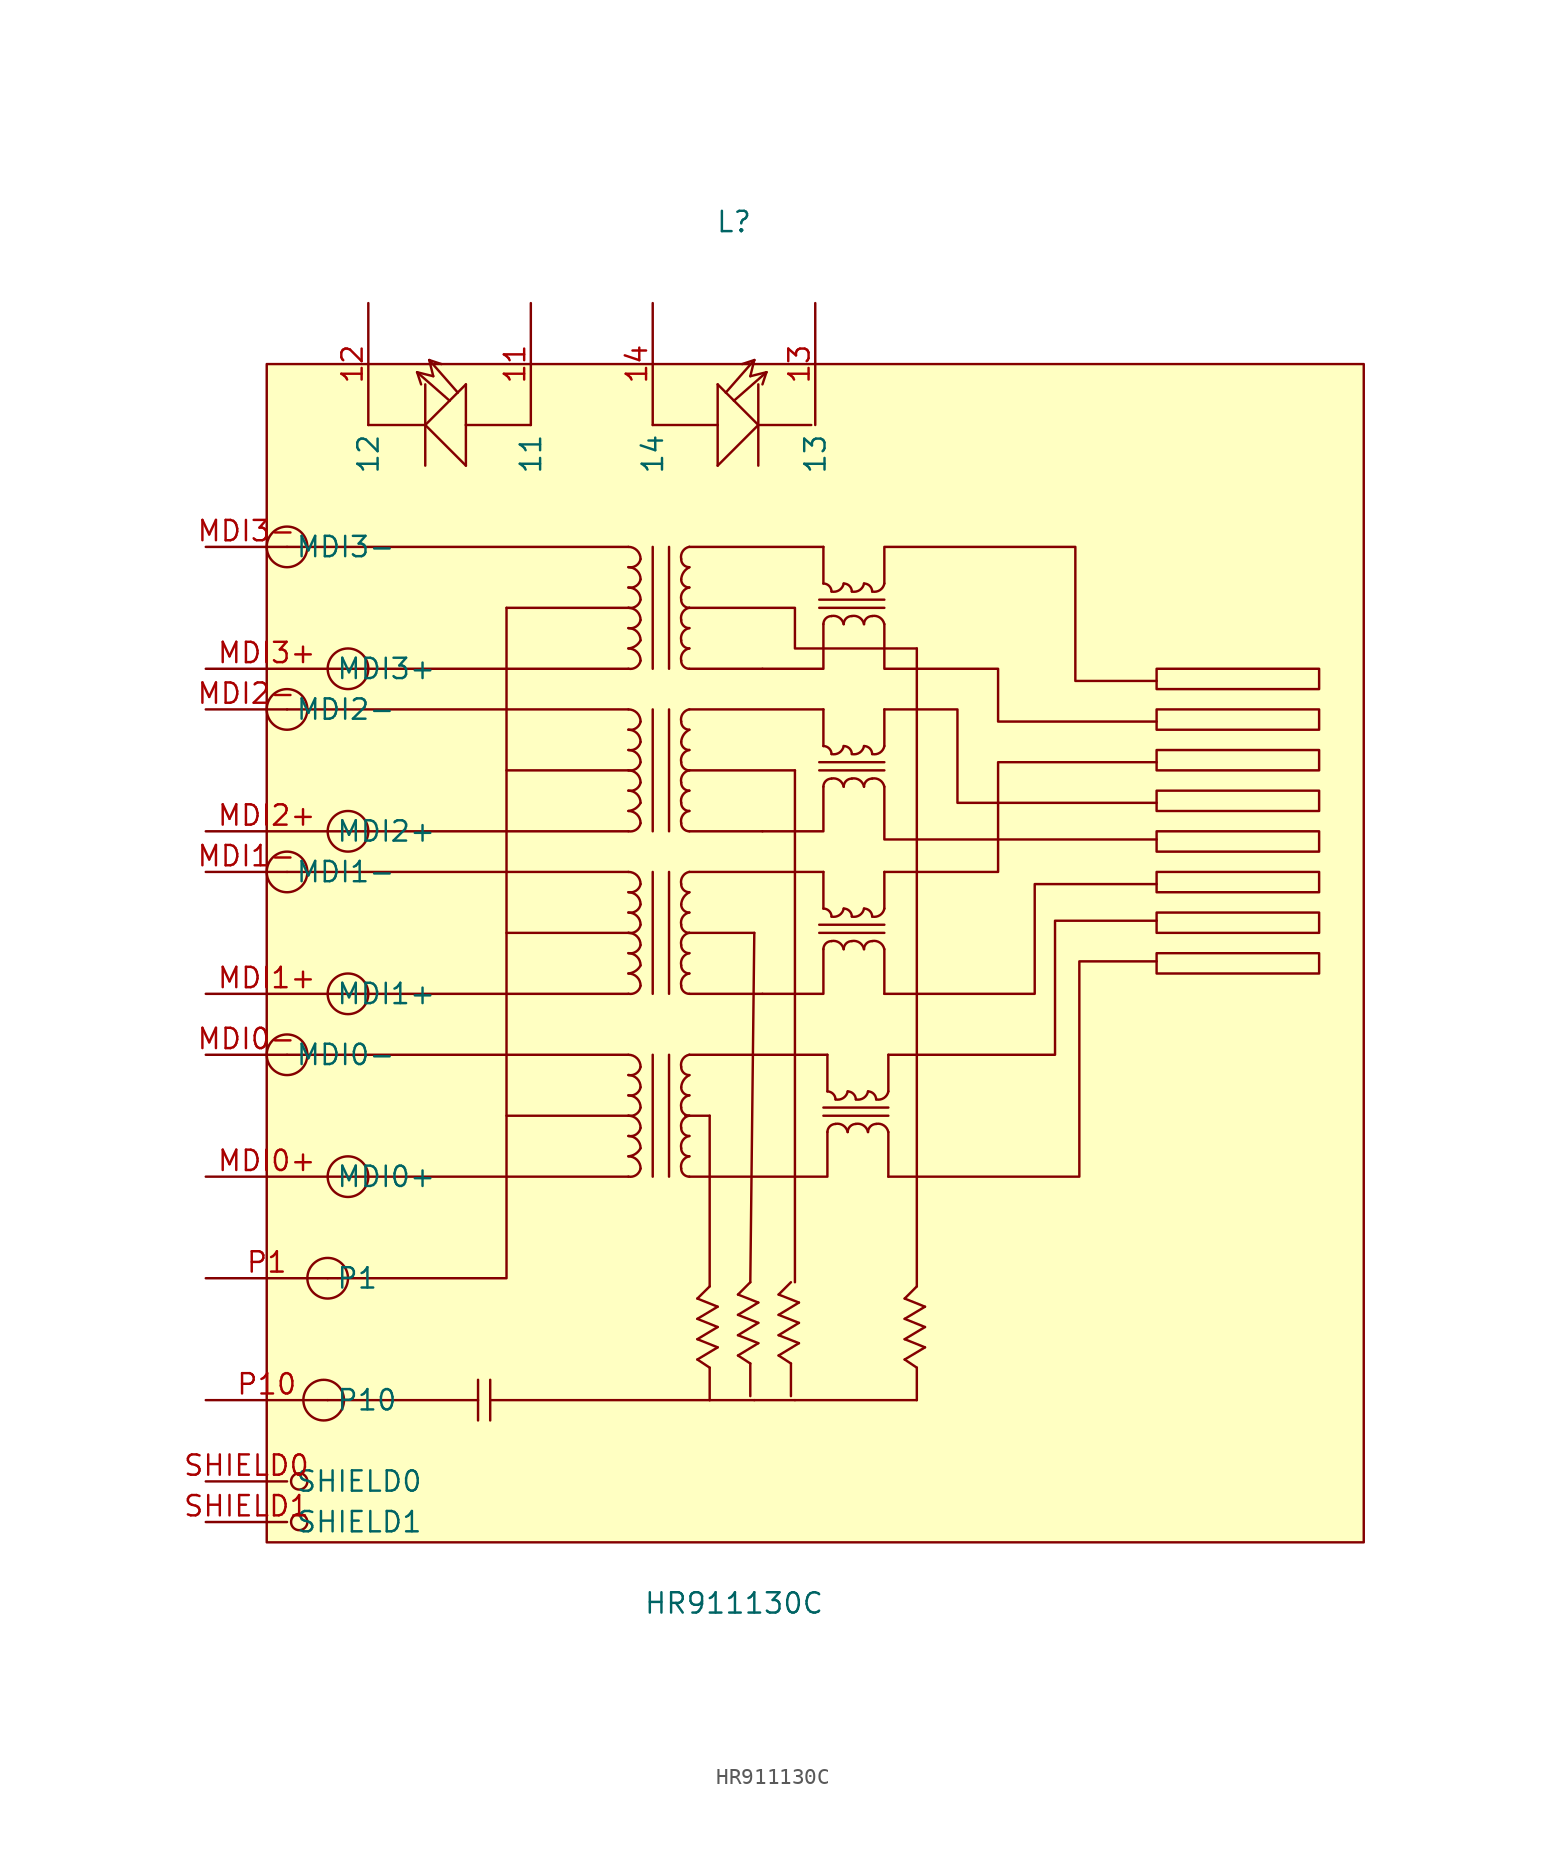
<source format=kicad_sym>
(kicad_symbol_lib
  (version 20211014)
  (generator https://github.com/uPesy/easyeda2kicad.py)
  (symbol "HR911130C"
    (property "Reference" "L"
      (at 0 43.18 0)
      (effects (font (size 1.27 1.27))))
    (property "Value" "HR911130C"
      (at 0 -43.18 0)
      (effects (font (size 1.27 1.27))))
    (symbol "HR911130C_0_1"
      (rectangle (start 26.42 15.24) (end 36.58 13.97) (stroke (width 0) (type default) (color 0 0 0 0)) (fill (type background)))
      (rectangle (start 26.42 12.70) (end 36.58 11.43) (stroke (width 0) (type default) (color 0 0 0 0)) (fill (type background)))
      (rectangle (start 26.42 10.16) (end 36.58 8.89) (stroke (width 0) (type default) (color 0 0 0 0)) (fill (type background)))
      (rectangle (start 26.42 7.62) (end 36.58 6.35) (stroke (width 0) (type default) (color 0 0 0 0)) (fill (type background)))
      (rectangle (start 26.42 5.08) (end 36.58 3.81) (stroke (width 0) (type default) (color 0 0 0 0)) (fill (type background)))
      (rectangle (start 26.42 2.54) (end 36.58 1.27) (stroke (width 0) (type default) (color 0 0 0 0)) (fill (type background)))
      (rectangle (start 26.42 -0.00) (end 36.58 -1.27) (stroke (width 0) (type default) (color 0 0 0 0)) (fill (type background)))
      (rectangle (start 26.42 -2.54) (end 36.58 -3.81) (stroke (width 0) (type default) (color 0 0 0 0)) (fill (type background)))
      (rectangle (start -29.21 34.29) (end 39.37 -39.37) (stroke (width 0) (type default) (color 0 0 0 0)) (fill (type background)))
      (circle (center -24.13 -5.08) (radius 1.27) (stroke (width 0) (type default) (color 0 0 0 0)) (fill (type none)))
      (circle (center -24.13 5.08) (radius 1.27) (stroke (width 0) (type default) (color 0 0 0 0)) (fill (type none)))
      (circle (center -24.13 15.24) (radius 1.27) (stroke (width 0) (type default) (color 0 0 0 0)) (fill (type none)))
      (circle (center -24.13 -16.51) (radius 1.27) (stroke (width 0) (type default) (color 0 0 0 0)) (fill (type none)))
      (circle (center -27.94 22.86) (radius 1.27) (stroke (width 0) (type default) (color 0 0 0 0)) (fill (type none)))
      (circle (center -27.94 12.70) (radius 1.27) (stroke (width 0) (type default) (color 0 0 0 0)) (fill (type none)))
      (circle (center -27.94 2.54) (radius 1.27) (stroke (width 0) (type default) (color 0 0 0 0)) (fill (type none)))
      (circle (center -27.94 -8.89) (radius 1.27) (stroke (width 0) (type default) (color 0 0 0 0)) (fill (type none)))
      (circle (center -27.18 -35.56) (radius 0.51) (stroke (width 0) (type default) (color 0 0 0 0)) (fill (type none)))
      (circle (center -27.18 -38.10) (radius 0.51) (stroke (width 0) (type default) (color 0 0 0 0)) (fill (type none)))
      (circle (center -25.40 -22.86) (radius 1.27) (stroke (width 0) (type default) (color 0 0 0 0)) (fill (type none)))
      (circle (center -25.65 -30.48) (radius 1.27) (stroke (width 0) (type default) (color 0 0 0 0)) (fill (type none)))
      (arc (start 8.13 20.57) (mid 7.84 20.15) (end 7.37 20.07) (stroke (width 0) (type default) (color 0 0 0 0)) (fill (type none)))
      (arc (start 7.37 20.07) (mid 7.63 20.14) (end 6.86 20.57) (stroke (width 0) (type default) (color 0 0 0 0)) (fill (type none)))
      (arc (start 6.86 20.57) (mid 6.57 20.15) (end 6.10 20.07) (stroke (width 0) (type default) (color 0 0 0 0)) (fill (type none)))
      (arc (start 6.10 20.07) (mid 6.36 20.14) (end 5.59 20.57) (stroke (width 0) (type default) (color 0 0 0 0)) (fill (type none)))
      (arc (start -2.79 22.86) (mid -2.32 22.77) (end -3.30 22.10) (stroke (width 0) (type default) (color 0 0 0 0)) (fill (type none)))
      (arc (start -3.30 22.10) (mid -2.53 22.53) (end -2.79 21.59) (stroke (width 0) (type default) (color 0 0 0 0)) (fill (type none)))
      (arc (start -2.79 21.59) (mid -2.24 19.87) (end -3.30 20.83) (stroke (width 0) (type default) (color 0 0 0 0)) (fill (type none)))
      (arc (start -3.30 20.83) (mid -2.53 21.26) (end -2.79 20.32) (stroke (width 0) (type default) (color 0 0 0 0)) (fill (type none)))
      (arc (start -2.79 20.32) (mid -2.32 20.23) (end -3.30 19.56) (stroke (width 0) (type default) (color 0 0 0 0)) (fill (type none)))
      (arc (start -3.30 19.56) (mid -2.53 19.99) (end -2.79 19.05) (stroke (width 0) (type default) (color 0 0 0 0)) (fill (type none)))
      (arc (start -2.79 19.05) (mid -2.32 18.96) (end -3.30 18.29) (stroke (width 0) (type default) (color 0 0 0 0)) (fill (type none)))
      (arc (start -3.30 18.29) (mid -2.53 18.72) (end -2.79 17.78) (stroke (width 0) (type default) (color 0 0 0 0)) (fill (type none)))
      (arc (start -2.79 17.78) (mid -2.32 17.69) (end -3.30 17.02) (stroke (width 0) (type default) (color 0 0 0 0)) (fill (type none)))
      (arc (start -3.30 17.02) (mid -2.53 17.45) (end -2.79 16.51) (stroke (width 0) (type default) (color 0 0 0 0)) (fill (type none)))
      (arc (start -2.79 16.51) (mid -2.32 16.42) (end -3.30 15.75) (stroke (width 0) (type default) (color 0 0 0 0)) (fill (type none)))
      (arc (start -3.30 15.75) (mid -2.53 16.18) (end -2.79 15.24) (stroke (width 0) (type default) (color 0 0 0 0)) (fill (type none)))
      (arc (start -6.60 15.24) (mid -6.13 16.42) (end -5.84 15.75) (stroke (width 0) (type default) (color 0 0 0 0)) (fill (type none)))
      (arc (start -5.84 15.75) (mid -6.20 16.40) (end -6.60 16.51) (stroke (width 0) (type default) (color 0 0 0 0)) (fill (type none)))
      (arc (start -6.60 16.51) (mid -6.52 16.52) (end -5.84 17.02) (stroke (width 0) (type default) (color 0 0 0 0)) (fill (type none)))
      (arc (start -5.84 17.02) (mid -6.20 17.67) (end -6.60 17.78) (stroke (width 0) (type default) (color 0 0 0 0)) (fill (type none)))
      (arc (start -6.60 17.78) (mid -6.13 18.96) (end -5.84 18.29) (stroke (width 0) (type default) (color 0 0 0 0)) (fill (type none)))
      (arc (start -5.84 18.29) (mid -6.20 18.94) (end -6.60 19.05) (stroke (width 0) (type default) (color 0 0 0 0)) (fill (type none)))
      (arc (start -6.60 19.05) (mid -6.13 20.23) (end -5.84 19.56) (stroke (width 0) (type default) (color 0 0 0 0)) (fill (type none)))
      (arc (start -5.84 19.56) (mid -6.20 20.21) (end -6.60 20.32) (stroke (width 0) (type default) (color 0 0 0 0)) (fill (type none)))
      (arc (start -6.60 20.32) (mid -6.13 21.50) (end -5.84 20.83) (stroke (width 0) (type default) (color 0 0 0 0)) (fill (type none)))
      (arc (start -5.84 20.83) (mid -6.20 21.48) (end -6.60 21.59) (stroke (width 0) (type default) (color 0 0 0 0)) (fill (type none)))
      (arc (start -6.60 21.59) (mid -6.13 22.77) (end -5.84 22.10) (stroke (width 0) (type default) (color 0 0 0 0)) (fill (type none)))
      (arc (start -5.84 22.10) (mid -6.20 22.75) (end -6.60 22.86) (stroke (width 0) (type default) (color 0 0 0 0)) (fill (type none)))
      (arc (start 9.40 20.57) (mid 9.11 20.15) (end 8.64 20.07) (stroke (width 0) (type default) (color 0 0 0 0)) (fill (type none)))
      (arc (start 8.64 20.07) (mid 8.90 20.14) (end 8.13 20.57) (stroke (width 0) (type default) (color 0 0 0 0)) (fill (type none)))
      (arc (start 8.13 18.03) (mid 7.84 18.45) (end 7.37 18.54) (stroke (width 0) (type default) (color 0 0 0 0)) (fill (type none)))
      (arc (start 7.37 18.54) (mid 7.63 18.47) (end 6.86 18.03) (stroke (width 0) (type default) (color 0 0 0 0)) (fill (type none)))
      (arc (start 6.86 18.03) (mid 6.57 18.45) (end 6.10 18.54) (stroke (width 0) (type default) (color 0 0 0 0)) (fill (type none)))
      (arc (start 6.10 18.54) (mid 6.36 18.47) (end 5.59 18.03) (stroke (width 0) (type default) (color 0 0 0 0)) (fill (type none)))
      (arc (start 9.40 18.03) (mid 9.11 18.45) (end 8.64 18.54) (stroke (width 0) (type default) (color 0 0 0 0)) (fill (type none)))
      (arc (start 8.64 18.54) (mid 8.90 18.47) (end 8.13 18.03) (stroke (width 0) (type default) (color 0 0 0 0)) (fill (type none)))
      (arc (start 8.13 10.41) (mid 7.84 9.99) (end 7.37 9.91) (stroke (width 0) (type default) (color 0 0 0 0)) (fill (type none)))
      (arc (start 7.37 9.91) (mid 7.63 9.98) (end 6.86 10.41) (stroke (width 0) (type default) (color 0 0 0 0)) (fill (type none)))
      (arc (start 6.86 10.41) (mid 6.57 9.99) (end 6.10 9.91) (stroke (width 0) (type default) (color 0 0 0 0)) (fill (type none)))
      (arc (start 6.10 9.91) (mid 6.36 9.98) (end 5.59 10.41) (stroke (width 0) (type default) (color 0 0 0 0)) (fill (type none)))
      (arc (start -2.79 12.70) (mid -2.32 12.61) (end -3.30 11.94) (stroke (width 0) (type default) (color 0 0 0 0)) (fill (type none)))
      (arc (start -3.30 11.94) (mid -2.53 12.37) (end -2.79 11.43) (stroke (width 0) (type default) (color 0 0 0 0)) (fill (type none)))
      (arc (start -2.79 11.43) (mid -2.24 9.71) (end -3.30 10.67) (stroke (width 0) (type default) (color 0 0 0 0)) (fill (type none)))
      (arc (start -3.30 10.67) (mid -2.53 11.10) (end -2.79 10.16) (stroke (width 0) (type default) (color 0 0 0 0)) (fill (type none)))
      (arc (start -2.79 10.16) (mid -2.32 10.07) (end -3.30 9.40) (stroke (width 0) (type default) (color 0 0 0 0)) (fill (type none)))
      (arc (start -3.30 9.40) (mid -2.53 9.83) (end -2.79 8.89) (stroke (width 0) (type default) (color 0 0 0 0)) (fill (type none)))
      (arc (start -2.79 8.89) (mid -2.32 8.80) (end -3.30 8.13) (stroke (width 0) (type default) (color 0 0 0 0)) (fill (type none)))
      (arc (start -3.30 8.13) (mid -2.53 8.56) (end -2.79 7.62) (stroke (width 0) (type default) (color 0 0 0 0)) (fill (type none)))
      (arc (start -2.79 7.62) (mid -2.32 7.53) (end -3.30 6.86) (stroke (width 0) (type default) (color 0 0 0 0)) (fill (type none)))
      (arc (start -3.30 6.86) (mid -2.53 7.29) (end -2.79 6.35) (stroke (width 0) (type default) (color 0 0 0 0)) (fill (type none)))
      (arc (start -2.79 6.35) (mid -2.32 6.26) (end -3.30 5.59) (stroke (width 0) (type default) (color 0 0 0 0)) (fill (type none)))
      (arc (start -3.30 5.59) (mid -2.53 6.02) (end -2.79 5.08) (stroke (width 0) (type default) (color 0 0 0 0)) (fill (type none)))
      (arc (start -6.60 5.08) (mid -6.13 6.26) (end -5.84 5.59) (stroke (width 0) (type default) (color 0 0 0 0)) (fill (type none)))
      (arc (start -5.84 5.59) (mid -6.20 6.24) (end -6.60 6.35) (stroke (width 0) (type default) (color 0 0 0 0)) (fill (type none)))
      (arc (start -6.60 6.35) (mid -6.52 6.36) (end -5.84 6.86) (stroke (width 0) (type default) (color 0 0 0 0)) (fill (type none)))
      (arc (start -5.84 6.86) (mid -6.20 7.51) (end -6.60 7.62) (stroke (width 0) (type default) (color 0 0 0 0)) (fill (type none)))
      (arc (start -6.60 7.62) (mid -6.13 8.80) (end -5.84 8.13) (stroke (width 0) (type default) (color 0 0 0 0)) (fill (type none)))
      (arc (start -5.84 8.13) (mid -6.20 8.78) (end -6.60 8.89) (stroke (width 0) (type default) (color 0 0 0 0)) (fill (type none)))
      (arc (start -6.60 8.89) (mid -6.13 10.07) (end -5.84 9.40) (stroke (width 0) (type default) (color 0 0 0 0)) (fill (type none)))
      (arc (start -5.84 9.40) (mid -6.20 10.05) (end -6.60 10.16) (stroke (width 0) (type default) (color 0 0 0 0)) (fill (type none)))
      (arc (start -6.60 10.16) (mid -6.13 11.34) (end -5.84 10.67) (stroke (width 0) (type default) (color 0 0 0 0)) (fill (type none)))
      (arc (start -5.84 10.67) (mid -6.20 11.32) (end -6.60 11.43) (stroke (width 0) (type default) (color 0 0 0 0)) (fill (type none)))
      (arc (start -6.60 11.43) (mid -6.13 12.61) (end -5.84 11.94) (stroke (width 0) (type default) (color 0 0 0 0)) (fill (type none)))
      (arc (start -5.84 11.94) (mid -6.20 12.59) (end -6.60 12.70) (stroke (width 0) (type default) (color 0 0 0 0)) (fill (type none)))
      (arc (start 9.40 10.41) (mid 9.11 9.99) (end 8.64 9.91) (stroke (width 0) (type default) (color 0 0 0 0)) (fill (type none)))
      (arc (start 8.64 9.91) (mid 8.90 9.98) (end 8.13 10.41) (stroke (width 0) (type default) (color 0 0 0 0)) (fill (type none)))
      (arc (start 8.13 7.87) (mid 7.84 8.29) (end 7.37 8.38) (stroke (width 0) (type default) (color 0 0 0 0)) (fill (type none)))
      (arc (start 7.37 8.38) (mid 7.63 8.31) (end 6.86 7.87) (stroke (width 0) (type default) (color 0 0 0 0)) (fill (type none)))
      (arc (start 6.86 7.87) (mid 6.57 8.29) (end 6.10 8.38) (stroke (width 0) (type default) (color 0 0 0 0)) (fill (type none)))
      (arc (start 6.10 8.38) (mid 6.36 8.31) (end 5.59 7.87) (stroke (width 0) (type default) (color 0 0 0 0)) (fill (type none)))
      (arc (start 9.40 7.87) (mid 9.11 8.29) (end 8.64 8.38) (stroke (width 0) (type default) (color 0 0 0 0)) (fill (type none)))
      (arc (start 8.64 8.38) (mid 8.90 8.31) (end 8.13 7.87) (stroke (width 0) (type default) (color 0 0 0 0)) (fill (type none)))
      (arc (start 8.13 0.25) (mid 7.84 -0.17) (end 7.37 -0.25) (stroke (width 0) (type default) (color 0 0 0 0)) (fill (type none)))
      (arc (start 7.37 -0.25) (mid 7.63 -0.18) (end 6.86 0.25) (stroke (width 0) (type default) (color 0 0 0 0)) (fill (type none)))
      (arc (start 6.86 0.25) (mid 6.57 -0.17) (end 6.10 -0.25) (stroke (width 0) (type default) (color 0 0 0 0)) (fill (type none)))
      (arc (start 6.10 -0.25) (mid 6.36 -0.18) (end 5.59 0.25) (stroke (width 0) (type default) (color 0 0 0 0)) (fill (type none)))
      (arc (start -2.79 2.54) (mid -2.32 2.45) (end -3.30 1.78) (stroke (width 0) (type default) (color 0 0 0 0)) (fill (type none)))
      (arc (start -3.30 1.78) (mid -2.53 2.21) (end -2.79 1.27) (stroke (width 0) (type default) (color 0 0 0 0)) (fill (type none)))
      (arc (start -2.79 1.27) (mid -2.24 -0.45) (end -3.30 0.51) (stroke (width 0) (type default) (color 0 0 0 0)) (fill (type none)))
      (arc (start -3.30 0.51) (mid -2.53 0.94) (end -2.79 -0.00) (stroke (width 0) (type default) (color 0 0 0 0)) (fill (type none)))
      (arc (start -2.79 -0.00) (mid -2.32 -0.09) (end -3.30 -0.76) (stroke (width 0) (type default) (color 0 0 0 0)) (fill (type none)))
      (arc (start -3.30 -0.76) (mid -2.53 -0.33) (end -2.79 -1.27) (stroke (width 0) (type default) (color 0 0 0 0)) (fill (type none)))
      (arc (start -2.79 -1.27) (mid -2.32 -1.36) (end -3.30 -2.03) (stroke (width 0) (type default) (color 0 0 0 0)) (fill (type none)))
      (arc (start -3.30 -2.03) (mid -2.53 -1.60) (end -2.79 -2.54) (stroke (width 0) (type default) (color 0 0 0 0)) (fill (type none)))
      (arc (start -2.79 -2.54) (mid -2.32 -2.63) (end -3.30 -3.30) (stroke (width 0) (type default) (color 0 0 0 0)) (fill (type none)))
      (arc (start -3.30 -3.30) (mid -2.53 -2.87) (end -2.79 -3.81) (stroke (width 0) (type default) (color 0 0 0 0)) (fill (type none)))
      (arc (start -2.79 -3.81) (mid -2.32 -3.90) (end -3.30 -4.57) (stroke (width 0) (type default) (color 0 0 0 0)) (fill (type none)))
      (arc (start -3.30 -4.57) (mid -2.53 -4.14) (end -2.79 -5.08) (stroke (width 0) (type default) (color 0 0 0 0)) (fill (type none)))
      (arc (start -6.60 -5.08) (mid -6.13 -3.90) (end -5.84 -4.57) (stroke (width 0) (type default) (color 0 0 0 0)) (fill (type none)))
      (arc (start -5.84 -4.57) (mid -6.20 -3.92) (end -6.60 -3.81) (stroke (width 0) (type default) (color 0 0 0 0)) (fill (type none)))
      (arc (start -6.60 -3.81) (mid -6.52 -3.80) (end -5.84 -3.30) (stroke (width 0) (type default) (color 0 0 0 0)) (fill (type none)))
      (arc (start -5.84 -3.30) (mid -6.20 -2.65) (end -6.60 -2.54) (stroke (width 0) (type default) (color 0 0 0 0)) (fill (type none)))
      (arc (start -6.60 -2.54) (mid -6.13 -1.36) (end -5.84 -2.03) (stroke (width 0) (type default) (color 0 0 0 0)) (fill (type none)))
      (arc (start -5.84 -2.03) (mid -6.20 -1.38) (end -6.60 -1.27) (stroke (width 0) (type default) (color 0 0 0 0)) (fill (type none)))
      (arc (start -6.60 -1.27) (mid -6.13 -0.09) (end -5.84 -0.76) (stroke (width 0) (type default) (color 0 0 0 0)) (fill (type none)))
      (arc (start -5.84 -0.76) (mid -6.20 -0.11) (end -6.60 -0.00) (stroke (width 0) (type default) (color 0 0 0 0)) (fill (type none)))
      (arc (start -6.60 -0.00) (mid -6.13 1.18) (end -5.84 0.51) (stroke (width 0) (type default) (color 0 0 0 0)) (fill (type none)))
      (arc (start -5.84 0.51) (mid -6.20 1.16) (end -6.60 1.27) (stroke (width 0) (type default) (color 0 0 0 0)) (fill (type none)))
      (arc (start -6.60 1.27) (mid -6.13 2.45) (end -5.84 1.78) (stroke (width 0) (type default) (color 0 0 0 0)) (fill (type none)))
      (arc (start -5.84 1.78) (mid -6.20 2.43) (end -6.60 2.54) (stroke (width 0) (type default) (color 0 0 0 0)) (fill (type none)))
      (arc (start 9.40 0.25) (mid 9.11 -0.17) (end 8.64 -0.25) (stroke (width 0) (type default) (color 0 0 0 0)) (fill (type none)))
      (arc (start 8.64 -0.25) (mid 8.90 -0.18) (end 8.13 0.25) (stroke (width 0) (type default) (color 0 0 0 0)) (fill (type none)))
      (arc (start 8.13 -2.29) (mid 7.84 -1.87) (end 7.37 -1.78) (stroke (width 0) (type default) (color 0 0 0 0)) (fill (type none)))
      (arc (start 7.37 -1.78) (mid 7.63 -1.85) (end 6.86 -2.29) (stroke (width 0) (type default) (color 0 0 0 0)) (fill (type none)))
      (arc (start 6.86 -2.29) (mid 6.57 -1.87) (end 6.10 -1.78) (stroke (width 0) (type default) (color 0 0 0 0)) (fill (type none)))
      (arc (start 6.10 -1.78) (mid 6.36 -1.85) (end 5.59 -2.29) (stroke (width 0) (type default) (color 0 0 0 0)) (fill (type none)))
      (arc (start 9.40 -2.29) (mid 9.11 -1.87) (end 8.64 -1.78) (stroke (width 0) (type default) (color 0 0 0 0)) (fill (type none)))
      (arc (start 8.64 -1.78) (mid 8.90 -1.85) (end 8.13 -2.29) (stroke (width 0) (type default) (color 0 0 0 0)) (fill (type none)))
      (arc (start 8.38 -11.18) (mid 8.09 -11.60) (end 7.62 -11.68) (stroke (width 0) (type default) (color 0 0 0 0)) (fill (type none)))
      (arc (start 7.62 -11.68) (mid 7.89 -11.61) (end 7.11 -11.18) (stroke (width 0) (type default) (color 0 0 0 0)) (fill (type none)))
      (arc (start 7.11 -11.18) (mid 6.82 -11.60) (end 6.35 -11.68) (stroke (width 0) (type default) (color 0 0 0 0)) (fill (type none)))
      (arc (start 6.35 -11.68) (mid 6.62 -11.61) (end 5.84 -11.18) (stroke (width 0) (type default) (color 0 0 0 0)) (fill (type none)))
      (arc (start -2.79 -8.89) (mid -2.32 -8.98) (end -3.30 -9.65) (stroke (width 0) (type default) (color 0 0 0 0)) (fill (type none)))
      (arc (start -3.30 -9.65) (mid -2.53 -9.22) (end -2.79 -10.16) (stroke (width 0) (type default) (color 0 0 0 0)) (fill (type none)))
      (arc (start -2.79 -10.16) (mid -2.24 -11.88) (end -3.30 -10.92) (stroke (width 0) (type default) (color 0 0 0 0)) (fill (type none)))
      (arc (start -3.30 -10.92) (mid -2.53 -10.49) (end -2.79 -11.43) (stroke (width 0) (type default) (color 0 0 0 0)) (fill (type none)))
      (arc (start -2.79 -11.43) (mid -2.32 -11.52) (end -3.30 -12.19) (stroke (width 0) (type default) (color 0 0 0 0)) (fill (type none)))
      (arc (start -3.30 -12.19) (mid -2.53 -11.76) (end -2.79 -12.70) (stroke (width 0) (type default) (color 0 0 0 0)) (fill (type none)))
      (arc (start -2.79 -12.70) (mid -2.32 -12.79) (end -3.30 -13.46) (stroke (width 0) (type default) (color 0 0 0 0)) (fill (type none)))
      (arc (start -3.30 -13.46) (mid -2.53 -13.03) (end -2.79 -13.97) (stroke (width 0) (type default) (color 0 0 0 0)) (fill (type none)))
      (arc (start -2.79 -13.97) (mid -2.32 -14.06) (end -3.30 -14.73) (stroke (width 0) (type default) (color 0 0 0 0)) (fill (type none)))
      (arc (start -3.30 -14.73) (mid -2.53 -14.30) (end -2.79 -15.24) (stroke (width 0) (type default) (color 0 0 0 0)) (fill (type none)))
      (arc (start -2.79 -15.24) (mid -2.32 -15.33) (end -3.30 -16.00) (stroke (width 0) (type default) (color 0 0 0 0)) (fill (type none)))
      (arc (start -3.30 -16.00) (mid -2.53 -15.57) (end -2.79 -16.51) (stroke (width 0) (type default) (color 0 0 0 0)) (fill (type none)))
      (arc (start -6.60 -16.51) (mid -6.13 -15.33) (end -5.84 -16.00) (stroke (width 0) (type default) (color 0 0 0 0)) (fill (type none)))
      (arc (start -5.84 -16.00) (mid -6.20 -15.35) (end -6.60 -15.24) (stroke (width 0) (type default) (color 0 0 0 0)) (fill (type none)))
      (arc (start -6.60 -15.24) (mid -6.52 -15.23) (end -5.84 -14.73) (stroke (width 0) (type default) (color 0 0 0 0)) (fill (type none)))
      (arc (start -5.84 -14.73) (mid -6.20 -14.08) (end -6.60 -13.97) (stroke (width 0) (type default) (color 0 0 0 0)) (fill (type none)))
      (arc (start -6.60 -13.97) (mid -6.13 -12.79) (end -5.84 -13.46) (stroke (width 0) (type default) (color 0 0 0 0)) (fill (type none)))
      (arc (start -5.84 -13.46) (mid -6.20 -12.81) (end -6.60 -12.70) (stroke (width 0) (type default) (color 0 0 0 0)) (fill (type none)))
      (arc (start -6.60 -12.70) (mid -6.13 -11.52) (end -5.84 -12.19) (stroke (width 0) (type default) (color 0 0 0 0)) (fill (type none)))
      (arc (start -5.84 -12.19) (mid -6.20 -11.54) (end -6.60 -11.43) (stroke (width 0) (type default) (color 0 0 0 0)) (fill (type none)))
      (arc (start -6.60 -11.43) (mid -6.13 -10.25) (end -5.84 -10.92) (stroke (width 0) (type default) (color 0 0 0 0)) (fill (type none)))
      (arc (start -5.84 -10.92) (mid -6.20 -10.27) (end -6.60 -10.16) (stroke (width 0) (type default) (color 0 0 0 0)) (fill (type none)))
      (arc (start -6.60 -10.16) (mid -6.13 -8.98) (end -5.84 -9.65) (stroke (width 0) (type default) (color 0 0 0 0)) (fill (type none)))
      (arc (start -5.84 -9.65) (mid -6.20 -9.00) (end -6.60 -8.89) (stroke (width 0) (type default) (color 0 0 0 0)) (fill (type none)))
      (arc (start 9.65 -11.18) (mid 9.36 -11.60) (end 8.89 -11.68) (stroke (width 0) (type default) (color 0 0 0 0)) (fill (type none)))
      (arc (start 8.89 -11.68) (mid 9.16 -11.61) (end 8.38 -11.18) (stroke (width 0) (type default) (color 0 0 0 0)) (fill (type none)))
      (arc (start 8.38 -13.72) (mid 8.09 -13.30) (end 7.62 -13.21) (stroke (width 0) (type default) (color 0 0 0 0)) (fill (type none)))
      (arc (start 7.62 -13.21) (mid 7.89 -13.28) (end 7.11 -13.72) (stroke (width 0) (type default) (color 0 0 0 0)) (fill (type none)))
      (arc (start 7.11 -13.72) (mid 6.82 -13.30) (end 6.35 -13.21) (stroke (width 0) (type default) (color 0 0 0 0)) (fill (type none)))
      (arc (start 6.35 -13.21) (mid 6.62 -13.28) (end 5.84 -13.72) (stroke (width 0) (type default) (color 0 0 0 0)) (fill (type none)))
      (arc (start 9.65 -13.72) (mid 9.36 -13.30) (end 8.89 -13.21) (stroke (width 0) (type default) (color 0 0 0 0)) (fill (type none)))
      (arc (start 8.89 -13.21) (mid 9.16 -13.28) (end 8.38 -13.72) (stroke (width 0) (type default) (color 0 0 0 0)) (fill (type none)))
      (polyline (pts (xy 26.42 14.48) (xy 21.34 14.48) (xy 21.34 22.86) (xy 9.40 22.86) (xy 9.40 20.57)) (stroke (width 0) (type default) (color 0 0 0 0)) (fill (type none)))
      (polyline (pts (xy 5.59 20.57) (xy 5.59 22.86)) (stroke (width 0) (type default) (color 0 0 0 0)) (fill (type none)))
      (polyline (pts (xy 5.59 22.86) (xy -2.79 22.86)) (stroke (width 0) (type default) (color 0 0 0 0)) (fill (type none)))
      (polyline (pts (xy -2.79 15.24) (xy 1.78 15.24)) (stroke (width 0) (type default) (color 0 0 0 0)) (fill (type none)))
      (polyline (pts (xy 1.78 15.24) (xy 5.59 15.24) (xy 5.59 18.03)) (stroke (width 0) (type default) (color 0 0 0 0)) (fill (type none)))
      (polyline (pts (xy 5.33 19.56) (xy 9.40 19.56)) (stroke (width 0) (type default) (color 0 0 0 0)) (fill (type none)))
      (polyline (pts (xy 5.33 19.05) (xy 9.40 19.05)) (stroke (width 0) (type default) (color 0 0 0 0)) (fill (type none)))
      (polyline (pts (xy -4.06 22.86) (xy -4.06 15.24)) (stroke (width 0) (type default) (color 0 0 0 0)) (fill (type none)))
      (polyline (pts (xy -5.08 22.86) (xy -5.08 15.24)) (stroke (width 0) (type default) (color 0 0 0 0)) (fill (type none)))
      (polyline (pts (xy -6.60 22.86) (xy -27.94 22.86)) (stroke (width 0) (type default) (color 0 0 0 0)) (fill (type none)))
      (polyline (pts (xy -6.60 19.05) (xy -14.22 19.05)) (stroke (width 0) (type default) (color 0 0 0 0)) (fill (type none)))
      (polyline (pts (xy -2.79 19.05) (xy 3.81 19.05) (xy 3.81 16.51) (xy 11.43 16.51)) (stroke (width 0) (type default) (color 0 0 0 0)) (fill (type none)))
      (polyline (pts (xy -16.00 -29.21) (xy -16.00 -31.75)) (stroke (width 0) (type default) (color 0 0 0 0)) (fill (type none)))
      (polyline (pts (xy -1.02 33.02) (xy -1.02 30.48)) (stroke (width 0) (type default) (color 0 0 0 0)) (fill (type none)))
      (polyline (pts (xy -1.02 30.48) (xy -1.02 27.94)) (stroke (width 0) (type default) (color 0 0 0 0)) (fill (type none)))
      (polyline (pts (xy -1.02 27.94) (xy 1.52 30.48)) (stroke (width 0) (type default) (color 0 0 0 0)) (fill (type none)))
      (polyline (pts (xy 1.52 30.48) (xy 0.00 32.00)) (stroke (width 0) (type default) (color 0 0 0 0)) (fill (type none)))
      (polyline (pts (xy 0.00 32.00) (xy -0.51 32.51)) (stroke (width 0) (type default) (color 0 0 0 0)) (fill (type none)))
      (polyline (pts (xy -0.51 32.51) (xy -1.02 33.02)) (stroke (width 0) (type default) (color 0 0 0 0)) (fill (type none)))
      (polyline (pts (xy 1.52 33.02) (xy 1.52 30.48)) (stroke (width 0) (type default) (color 0 0 0 0)) (fill (type none)))
      (polyline (pts (xy 1.52 30.48) (xy 1.52 27.94)) (stroke (width 0) (type default) (color 0 0 0 0)) (fill (type none)))
      (polyline (pts (xy -1.02 30.48) (xy -5.08 30.48)) (stroke (width 0) (type default) (color 0 0 0 0)) (fill (type none)))
      (polyline (pts (xy 1.52 30.48) (xy 4.83 30.48)) (stroke (width 0) (type default) (color 0 0 0 0)) (fill (type none)))
      (polyline (pts (xy -0.51 32.51) (xy 1.27 34.54)) (stroke (width 0) (type default) (color 0 0 0 0)) (fill (type none)))
      (polyline (pts (xy 0.00 32.00) (xy 2.03 33.78)) (stroke (width 0) (type default) (color 0 0 0 0)) (fill (type none)))
      (polyline (pts (xy 1.27 34.54) (xy 0.51 34.29)) (stroke (width 0) (type default) (color 0 0 0 0)) (fill (type none)))
      (polyline (pts (xy 1.27 34.54) (xy 1.02 33.53)) (stroke (width 0) (type default) (color 0 0 0 0)) (fill (type none)))
      (polyline (pts (xy 2.03 33.78) (xy 1.02 33.53)) (stroke (width 0) (type default) (color 0 0 0 0)) (fill (type none)))
      (polyline (pts (xy 2.03 33.78) (xy 1.78 33.02)) (stroke (width 0) (type default) (color 0 0 0 0)) (fill (type none)))
      (polyline (pts (xy -16.76 33.02) (xy -16.76 30.48)) (stroke (width 0) (type default) (color 0 0 0 0)) (fill (type none)))
      (polyline (pts (xy -16.76 30.48) (xy -16.76 27.94)) (stroke (width 0) (type default) (color 0 0 0 0)) (fill (type none)))
      (polyline (pts (xy -16.76 27.94) (xy -19.30 30.48)) (stroke (width 0) (type default) (color 0 0 0 0)) (fill (type none)))
      (polyline (pts (xy -19.30 30.48) (xy -17.78 32.00)) (stroke (width 0) (type default) (color 0 0 0 0)) (fill (type none)))
      (polyline (pts (xy -17.78 32.00) (xy -17.27 32.51)) (stroke (width 0) (type default) (color 0 0 0 0)) (fill (type none)))
      (polyline (pts (xy -17.27 32.51) (xy -16.76 33.02)) (stroke (width 0) (type default) (color 0 0 0 0)) (fill (type none)))
      (polyline (pts (xy -19.30 33.02) (xy -19.30 30.48)) (stroke (width 0) (type default) (color 0 0 0 0)) (fill (type none)))
      (polyline (pts (xy -19.30 30.48) (xy -19.30 27.94)) (stroke (width 0) (type default) (color 0 0 0 0)) (fill (type none)))
      (polyline (pts (xy -16.76 30.48) (xy -12.70 30.48)) (stroke (width 0) (type default) (color 0 0 0 0)) (fill (type none)))
      (polyline (pts (xy -19.30 30.48) (xy -22.86 30.48)) (stroke (width 0) (type default) (color 0 0 0 0)) (fill (type none)))
      (polyline (pts (xy -17.27 32.51) (xy -19.05 34.54)) (stroke (width 0) (type default) (color 0 0 0 0)) (fill (type none)))
      (polyline (pts (xy -17.78 32.00) (xy -19.81 33.78)) (stroke (width 0) (type default) (color 0 0 0 0)) (fill (type none)))
      (polyline (pts (xy -19.05 34.54) (xy -18.29 34.29)) (stroke (width 0) (type default) (color 0 0 0 0)) (fill (type none)))
      (polyline (pts (xy -19.05 34.54) (xy -18.80 33.53)) (stroke (width 0) (type default) (color 0 0 0 0)) (fill (type none)))
      (polyline (pts (xy -19.81 33.78) (xy -18.80 33.53)) (stroke (width 0) (type default) (color 0 0 0 0)) (fill (type none)))
      (polyline (pts (xy -19.81 33.78) (xy -19.56 33.02)) (stroke (width 0) (type default) (color 0 0 0 0)) (fill (type none)))
      (polyline (pts (xy 9.40 18.03) (xy 9.40 15.24) (xy 16.51 15.24) (xy 16.51 11.94) (xy 26.42 11.94)) (stroke (width 0) (type default) (color 0 0 0 0)) (fill (type none)))
      (polyline (pts (xy -6.60 15.24) (xy -25.40 15.24)) (stroke (width 0) (type default) (color 0 0 0 0)) (fill (type none)))
      (polyline (pts (xy 9.40 12.70) (xy 9.40 10.41)) (stroke (width 0) (type default) (color 0 0 0 0)) (fill (type none)))
      (polyline (pts (xy 5.59 10.41) (xy 5.59 12.70)) (stroke (width 0) (type default) (color 0 0 0 0)) (fill (type none)))
      (polyline (pts (xy 5.59 12.70) (xy -2.79 12.70)) (stroke (width 0) (type default) (color 0 0 0 0)) (fill (type none)))
      (polyline (pts (xy -2.79 5.08) (xy 1.78 5.08)) (stroke (width 0) (type default) (color 0 0 0 0)) (fill (type none)))
      (polyline (pts (xy 1.78 5.08) (xy 5.59 5.08) (xy 5.59 7.87)) (stroke (width 0) (type default) (color 0 0 0 0)) (fill (type none)))
      (polyline (pts (xy 5.33 9.40) (xy 9.40 9.40)) (stroke (width 0) (type default) (color 0 0 0 0)) (fill (type none)))
      (polyline (pts (xy 5.33 8.89) (xy 9.40 8.89)) (stroke (width 0) (type default) (color 0 0 0 0)) (fill (type none)))
      (polyline (pts (xy -4.06 12.70) (xy -4.06 5.08)) (stroke (width 0) (type default) (color 0 0 0 0)) (fill (type none)))
      (polyline (pts (xy -5.08 12.70) (xy -5.08 5.08)) (stroke (width 0) (type default) (color 0 0 0 0)) (fill (type none)))
      (polyline (pts (xy -6.60 12.70) (xy -27.94 12.70)) (stroke (width 0) (type default) (color 0 0 0 0)) (fill (type none)))
      (polyline (pts (xy -6.60 8.89) (xy -14.22 8.89)) (stroke (width 0) (type default) (color 0 0 0 0)) (fill (type none)))
      (polyline (pts (xy -2.79 8.89) (xy 3.81 8.89)) (stroke (width 0) (type default) (color 0 0 0 0)) (fill (type none)))
      (polyline (pts (xy 9.40 7.87) (xy 9.40 4.57) (xy 26.42 4.57)) (stroke (width 0) (type default) (color 0 0 0 0)) (fill (type none)))
      (polyline (pts (xy -6.60 5.08) (xy -25.40 5.08)) (stroke (width 0) (type default) (color 0 0 0 0)) (fill (type none)))
      (polyline (pts (xy 9.40 2.54) (xy 9.40 0.25)) (stroke (width 0) (type default) (color 0 0 0 0)) (fill (type none)))
      (polyline (pts (xy 5.59 0.25) (xy 5.59 2.54)) (stroke (width 0) (type default) (color 0 0 0 0)) (fill (type none)))
      (polyline (pts (xy 5.59 2.54) (xy -2.79 2.54)) (stroke (width 0) (type default) (color 0 0 0 0)) (fill (type none)))
      (polyline (pts (xy -2.79 -5.08) (xy 1.78 -5.08)) (stroke (width 0) (type default) (color 0 0 0 0)) (fill (type none)))
      (polyline (pts (xy 1.78 -5.08) (xy 5.59 -5.08) (xy 5.59 -2.29)) (stroke (width 0) (type default) (color 0 0 0 0)) (fill (type none)))
      (polyline (pts (xy 5.33 -0.76) (xy 9.40 -0.76)) (stroke (width 0) (type default) (color 0 0 0 0)) (fill (type none)))
      (polyline (pts (xy 5.33 -1.27) (xy 9.40 -1.27)) (stroke (width 0) (type default) (color 0 0 0 0)) (fill (type none)))
      (polyline (pts (xy -4.06 2.54) (xy -4.06 -5.08)) (stroke (width 0) (type default) (color 0 0 0 0)) (fill (type none)))
      (polyline (pts (xy -5.08 2.54) (xy -5.08 -5.08)) (stroke (width 0) (type default) (color 0 0 0 0)) (fill (type none)))
      (polyline (pts (xy -6.60 2.54) (xy -27.94 2.54)) (stroke (width 0) (type default) (color 0 0 0 0)) (fill (type none)))
      (polyline (pts (xy -6.60 -1.27) (xy -14.22 -1.27)) (stroke (width 0) (type default) (color 0 0 0 0)) (fill (type none)))
      (polyline (pts (xy -2.79 -1.27) (xy 1.27 -1.27)) (stroke (width 0) (type default) (color 0 0 0 0)) (fill (type none)))
      (polyline (pts (xy 9.40 -2.29) (xy 9.40 -5.08)) (stroke (width 0) (type default) (color 0 0 0 0)) (fill (type none)))
      (polyline (pts (xy -6.60 -5.08) (xy -25.40 -5.08)) (stroke (width 0) (type default) (color 0 0 0 0)) (fill (type none)))
      (polyline (pts (xy 26.42 -0.51) (xy 20.07 -0.51) (xy 20.07 -8.89) (xy 9.65 -8.89)) (stroke (width 0) (type default) (color 0 0 0 0)) (fill (type none)))
      (polyline (pts (xy 9.65 -8.89) (xy 9.65 -11.18)) (stroke (width 0) (type default) (color 0 0 0 0)) (fill (type none)))
      (polyline (pts (xy 5.84 -11.18) (xy 5.84 -8.89)) (stroke (width 0) (type default) (color 0 0 0 0)) (fill (type none)))
      (polyline (pts (xy 5.84 -8.89) (xy -2.79 -8.89)) (stroke (width 0) (type default) (color 0 0 0 0)) (fill (type none)))
      (polyline (pts (xy -2.79 -16.51) (xy 5.84 -16.51) (xy 5.84 -13.72)) (stroke (width 0) (type default) (color 0 0 0 0)) (fill (type none)))
      (polyline (pts (xy 5.59 -12.19) (xy 9.65 -12.19)) (stroke (width 0) (type default) (color 0 0 0 0)) (fill (type none)))
      (polyline (pts (xy 5.59 -12.70) (xy 9.65 -12.70)) (stroke (width 0) (type default) (color 0 0 0 0)) (fill (type none)))
      (polyline (pts (xy -4.06 -8.89) (xy -4.06 -16.51)) (stroke (width 0) (type default) (color 0 0 0 0)) (fill (type none)))
      (polyline (pts (xy -5.08 -8.89) (xy -5.08 -16.51)) (stroke (width 0) (type default) (color 0 0 0 0)) (fill (type none)))
      (polyline (pts (xy -6.60 -8.89) (xy -27.94 -8.89)) (stroke (width 0) (type default) (color 0 0 0 0)) (fill (type none)))
      (polyline (pts (xy -6.60 -12.70) (xy -14.22 -12.70)) (stroke (width 0) (type default) (color 0 0 0 0)) (fill (type none)))
      (polyline (pts (xy -3.05 -12.70) (xy -1.52 -12.70)) (stroke (width 0) (type default) (color 0 0 0 0)) (fill (type none)))
      (polyline (pts (xy 9.65 -13.72) (xy 9.65 -16.51)) (stroke (width 0) (type default) (color 0 0 0 0)) (fill (type none)))
      (polyline (pts (xy -6.60 -16.51) (xy -25.40 -16.51)) (stroke (width 0) (type default) (color 0 0 0 0)) (fill (type none)))
      (polyline (pts (xy 26.42 -3.05) (xy 21.59 -3.05) (xy 21.59 -16.51) (xy 9.65 -16.51)) (stroke (width 0) (type default) (color 0 0 0 0)) (fill (type none)))
      (polyline (pts (xy 26.42 1.78) (xy 18.80 1.78) (xy 18.80 -5.08) (xy 9.40 -5.08)) (stroke (width 0) (type default) (color 0 0 0 0)) (fill (type none)))
      (polyline (pts (xy 26.42 9.40) (xy 16.51 9.40) (xy 16.51 2.54) (xy 9.40 2.54)) (stroke (width 0) (type default) (color 0 0 0 0)) (fill (type none)))
      (polyline (pts (xy 9.40 12.70) (xy 13.97 12.70) (xy 13.97 6.86) (xy 26.42 6.86)) (stroke (width 0) (type default) (color 0 0 0 0)) (fill (type none)))
      (polyline (pts (xy -14.22 19.05) (xy -14.22 -22.86) (xy -25.40 -22.86)) (stroke (width 0) (type default) (color 0 0 0 0)) (fill (type none)))
      (polyline (pts (xy -15.24 -29.21) (xy -15.24 -31.75)) (stroke (width 0) (type default) (color 0 0 0 0)) (fill (type none)))
      (polyline (pts (xy -1.52 -23.37) (xy -2.29 -24.13)) (stroke (width 0) (type default) (color 0 0 0 0)) (fill (type none)))
      (polyline (pts (xy -2.29 -24.13) (xy -1.02 -24.64)) (stroke (width 0) (type default) (color 0 0 0 0)) (fill (type none)))
      (polyline (pts (xy -1.02 -24.64) (xy -2.29 -25.40)) (stroke (width 0) (type default) (color 0 0 0 0)) (fill (type none)))
      (polyline (pts (xy -2.29 -25.40) (xy -1.02 -25.91)) (stroke (width 0) (type default) (color 0 0 0 0)) (fill (type none)))
      (polyline (pts (xy -1.02 -25.91) (xy -2.29 -26.67)) (stroke (width 0) (type default) (color 0 0 0 0)) (fill (type none)))
      (polyline (pts (xy -2.29 -26.67) (xy -1.02 -27.18)) (stroke (width 0) (type default) (color 0 0 0 0)) (fill (type none)))
      (polyline (pts (xy -1.02 -27.18) (xy -2.29 -27.94)) (stroke (width 0) (type default) (color 0 0 0 0)) (fill (type none)))
      (polyline (pts (xy -2.29 -27.94) (xy -1.52 -28.45)) (stroke (width 0) (type default) (color 0 0 0 0)) (fill (type none)))
      (polyline (pts (xy -1.52 -28.45) (xy -1.52 -30.48)) (stroke (width 0) (type default) (color 0 0 0 0)) (fill (type none)))
      (polyline (pts (xy -1.52 -12.70) (xy -1.52 -23.37)) (stroke (width 0) (type default) (color 0 0 0 0)) (fill (type none)))
      (polyline (pts (xy -1.52 -30.48) (xy -15.24 -30.48)) (stroke (width 0) (type default) (color 0 0 0 0)) (fill (type none)))
      (polyline (pts (xy 3.56 -23.11) (xy 2.79 -23.88)) (stroke (width 0) (type default) (color 0 0 0 0)) (fill (type none)))
      (polyline (pts (xy 2.79 -23.88) (xy 4.06 -24.38)) (stroke (width 0) (type default) (color 0 0 0 0)) (fill (type none)))
      (polyline (pts (xy 4.06 -24.38) (xy 2.79 -25.15)) (stroke (width 0) (type default) (color 0 0 0 0)) (fill (type none)))
      (polyline (pts (xy 2.79 -25.15) (xy 4.06 -25.65)) (stroke (width 0) (type default) (color 0 0 0 0)) (fill (type none)))
      (polyline (pts (xy 4.06 -25.65) (xy 2.79 -26.42)) (stroke (width 0) (type default) (color 0 0 0 0)) (fill (type none)))
      (polyline (pts (xy 2.79 -26.42) (xy 4.06 -26.92)) (stroke (width 0) (type default) (color 0 0 0 0)) (fill (type none)))
      (polyline (pts (xy 4.06 -26.92) (xy 2.79 -27.69)) (stroke (width 0) (type default) (color 0 0 0 0)) (fill (type none)))
      (polyline (pts (xy 2.79 -27.69) (xy 3.56 -28.19)) (stroke (width 0) (type default) (color 0 0 0 0)) (fill (type none)))
      (polyline (pts (xy 3.56 -28.19) (xy 3.56 -30.23)) (stroke (width 0) (type default) (color 0 0 0 0)) (fill (type none)))
      (polyline (pts (xy 3.81 8.89) (xy 3.81 -23.11)) (stroke (width 0) (type default) (color 0 0 0 0)) (fill (type none)))
      (polyline (pts (xy 3.81 -30.48) (xy 1.27 -30.48)) (stroke (width 0) (type default) (color 0 0 0 0)) (fill (type none)))
      (polyline (pts (xy 11.43 -23.37) (xy 10.67 -24.13)) (stroke (width 0) (type default) (color 0 0 0 0)) (fill (type none)))
      (polyline (pts (xy 10.67 -24.13) (xy 11.94 -24.64)) (stroke (width 0) (type default) (color 0 0 0 0)) (fill (type none)))
      (polyline (pts (xy 11.94 -24.64) (xy 10.67 -25.40)) (stroke (width 0) (type default) (color 0 0 0 0)) (fill (type none)))
      (polyline (pts (xy 10.67 -25.40) (xy 11.94 -25.91)) (stroke (width 0) (type default) (color 0 0 0 0)) (fill (type none)))
      (polyline (pts (xy 11.94 -25.91) (xy 10.67 -26.67)) (stroke (width 0) (type default) (color 0 0 0 0)) (fill (type none)))
      (polyline (pts (xy 10.67 -26.67) (xy 11.94 -27.18)) (stroke (width 0) (type default) (color 0 0 0 0)) (fill (type none)))
      (polyline (pts (xy 11.94 -27.18) (xy 10.67 -27.94)) (stroke (width 0) (type default) (color 0 0 0 0)) (fill (type none)))
      (polyline (pts (xy 10.67 -27.94) (xy 11.43 -28.45)) (stroke (width 0) (type default) (color 0 0 0 0)) (fill (type none)))
      (polyline (pts (xy 11.43 -28.45) (xy 11.43 -30.48)) (stroke (width 0) (type default) (color 0 0 0 0)) (fill (type none)))
      (polyline (pts (xy 11.43 16.51) (xy 11.43 -23.37)) (stroke (width 0) (type default) (color 0 0 0 0)) (fill (type none)))
      (polyline (pts (xy 11.43 -30.48) (xy 3.81 -30.48)) (stroke (width 0) (type default) (color 0 0 0 0)) (fill (type none)))
      (polyline (pts (xy 1.02 -23.11) (xy 0.25 -23.88)) (stroke (width 0) (type default) (color 0 0 0 0)) (fill (type none)))
      (polyline (pts (xy 0.25 -23.88) (xy 1.52 -24.38)) (stroke (width 0) (type default) (color 0 0 0 0)) (fill (type none)))
      (polyline (pts (xy 1.52 -24.38) (xy 0.25 -25.15)) (stroke (width 0) (type default) (color 0 0 0 0)) (fill (type none)))
      (polyline (pts (xy 0.25 -25.15) (xy 1.52 -25.65)) (stroke (width 0) (type default) (color 0 0 0 0)) (fill (type none)))
      (polyline (pts (xy 1.52 -25.65) (xy 0.25 -26.42)) (stroke (width 0) (type default) (color 0 0 0 0)) (fill (type none)))
      (polyline (pts (xy 0.25 -26.42) (xy 1.52 -26.92)) (stroke (width 0) (type default) (color 0 0 0 0)) (fill (type none)))
      (polyline (pts (xy 1.52 -26.92) (xy 0.25 -27.69)) (stroke (width 0) (type default) (color 0 0 0 0)) (fill (type none)))
      (polyline (pts (xy 0.25 -27.69) (xy 1.02 -28.19)) (stroke (width 0) (type default) (color 0 0 0 0)) (fill (type none)))
      (polyline (pts (xy 1.02 -28.19) (xy 1.02 -30.23)) (stroke (width 0) (type default) (color 0 0 0 0)) (fill (type none)))
      (polyline (pts (xy 1.27 -1.27) (xy 1.02 -23.11)) (stroke (width 0) (type default) (color 0 0 0 0)) (fill (type none)))
      (polyline (pts (xy 1.27 -30.48) (xy -1.52 -30.48)) (stroke (width 0) (type default) (color 0 0 0 0)) (fill (type none)))
      (polyline (pts (xy -16.00 -30.48) (xy -25.40 -30.48)) (stroke (width 0) (type default) (color 0 0 0 0)) (fill (type none)))
      (pin unspecified line (at -33.02 -16.51 0) (length 7.62) (name "MDI0+" (effects (font (size 1.27 1.27)))) (number "MDI0+" (effects (font (size 1.27 1.27)))))
      (pin unspecified line (at -33.02 -8.89 0) (length 5.08) (name "MDI0-" (effects (font (size 1.27 1.27)))) (number "MDI0-" (effects (font (size 1.27 1.27)))))
      (pin unspecified line (at -33.02 2.54 0) (length 5.08) (name "MDI1-" (effects (font (size 1.27 1.27)))) (number "MDI1-" (effects (font (size 1.27 1.27)))))
      (pin unspecified line (at -33.02 12.70 0) (length 5.08) (name "MDI2-" (effects (font (size 1.27 1.27)))) (number "MDI2-" (effects (font (size 1.27 1.27)))))
      (pin unspecified line (at -33.02 22.86 0) (length 5.08) (name "MDI3-" (effects (font (size 1.27 1.27)))) (number "MDI3-" (effects (font (size 1.27 1.27)))))
      (pin unspecified line (at -33.02 -5.08 0) (length 7.62) (name "MDI1+" (effects (font (size 1.27 1.27)))) (number "MDI1+" (effects (font (size 1.27 1.27)))))
      (pin unspecified line (at -33.02 5.08 0) (length 7.62) (name "MDI2+" (effects (font (size 1.27 1.27)))) (number "MDI2+" (effects (font (size 1.27 1.27)))))
      (pin unspecified line (at -33.02 15.24 0) (length 7.62) (name "MDI3+" (effects (font (size 1.27 1.27)))) (number "MDI3+" (effects (font (size 1.27 1.27)))))
      (pin unspecified line (at -33.02 -35.56 0) (length 5.08) (name "SHIELD0" (effects (font (size 1.27 1.27)))) (number "SHIELD0" (effects (font (size 1.27 1.27)))))
      (pin unspecified line (at -33.02 -38.10 0) (length 5.08) (name "SHIELD1" (effects (font (size 1.27 1.27)))) (number "SHIELD1" (effects (font (size 1.27 1.27)))))
      (pin unspecified line (at -5.08 38.10 270) (length 7.62) (name "14" (effects (font (size 1.27 1.27)))) (number "14" (effects (font (size 1.27 1.27)))))
      (pin unspecified line (at 5.08 38.10 270) (length 7.62) (name "13" (effects (font (size 1.27 1.27)))) (number "13" (effects (font (size 1.27 1.27)))))
      (pin unspecified line (at -12.70 38.10 270) (length 7.62) (name "11" (effects (font (size 1.27 1.27)))) (number "11" (effects (font (size 1.27 1.27)))))
      (pin unspecified line (at -22.86 38.10 270) (length 7.62) (name "12" (effects (font (size 1.27 1.27)))) (number "12" (effects (font (size 1.27 1.27)))))
      (pin unspecified line (at -33.02 -22.86 0) (length 7.62) (name "P1" (effects (font (size 1.27 1.27)))) (number "P1" (effects (font (size 1.27 1.27)))))
      (pin unspecified line (at -33.02 -30.48 0) (length 7.62) (name "P10" (effects (font (size 1.27 1.27)))) (number "P10" (effects (font (size 1.27 1.27))))))))
</source>
